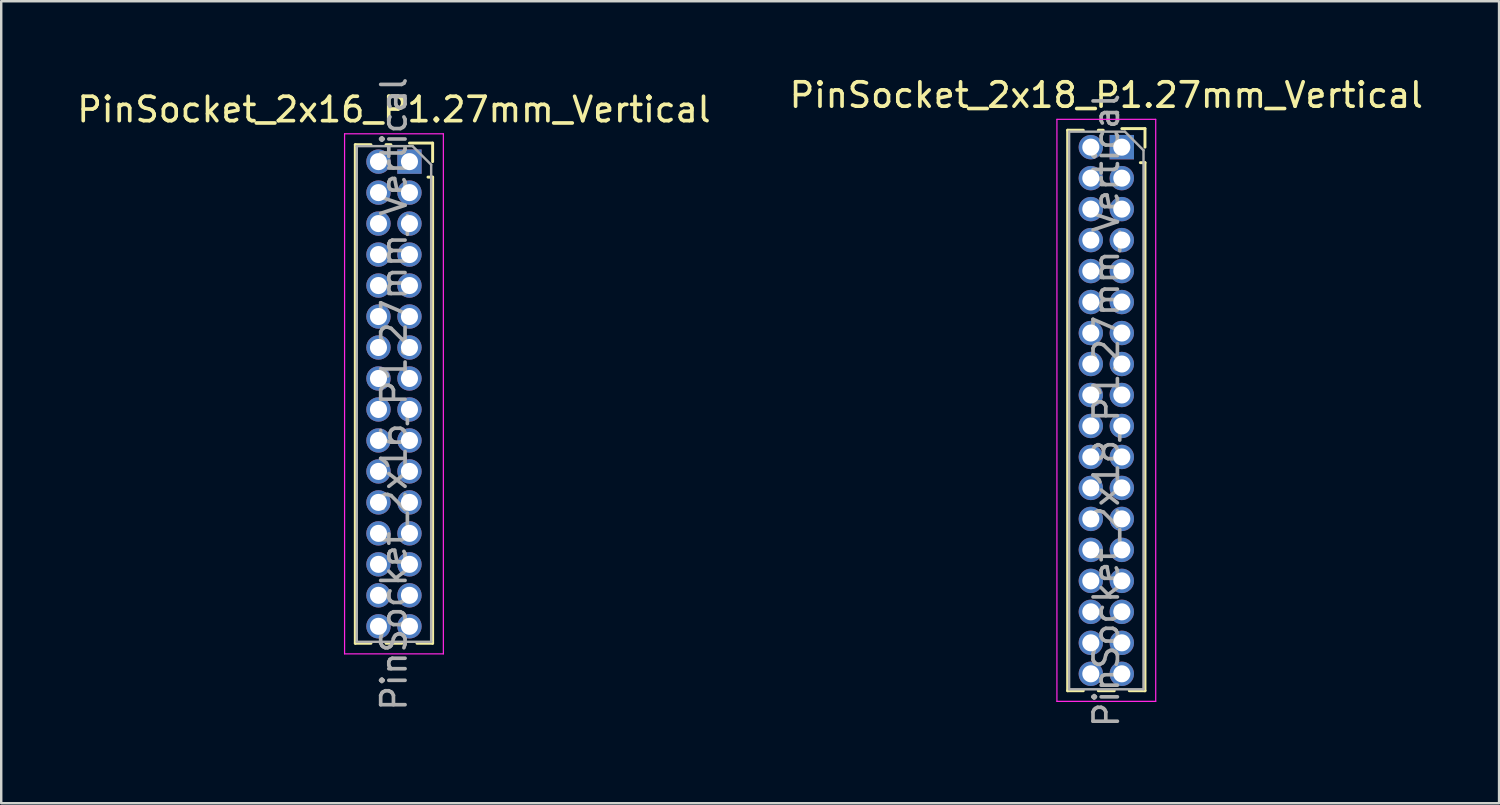
<source format=kicad_pcb>
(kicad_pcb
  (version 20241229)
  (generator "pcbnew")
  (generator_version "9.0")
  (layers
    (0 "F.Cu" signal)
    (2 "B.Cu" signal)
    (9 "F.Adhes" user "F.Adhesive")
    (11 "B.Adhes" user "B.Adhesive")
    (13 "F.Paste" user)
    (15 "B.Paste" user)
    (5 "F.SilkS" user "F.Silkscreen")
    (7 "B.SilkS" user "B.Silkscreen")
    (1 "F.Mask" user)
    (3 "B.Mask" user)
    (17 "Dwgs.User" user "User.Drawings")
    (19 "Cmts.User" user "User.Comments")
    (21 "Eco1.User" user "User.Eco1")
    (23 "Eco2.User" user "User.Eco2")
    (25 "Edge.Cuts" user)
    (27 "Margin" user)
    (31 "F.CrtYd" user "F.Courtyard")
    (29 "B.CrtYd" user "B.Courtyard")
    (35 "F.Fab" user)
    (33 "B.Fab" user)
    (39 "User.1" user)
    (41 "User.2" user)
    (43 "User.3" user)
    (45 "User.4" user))
  (footprint "PinSocket_2x18_P1.27mm_Vertical"
    (layer "F.Cu")
    (at 42.939 2.983)
    (property "Reference" "PinSocket_2x18_P1.27mm_Vertical" (at -0.635 -2.135 0) (layer "F.SilkS") (effects (font (size 1 1) (thickness 0.15))))
    (attr through_hole)
    (fp_line (start -2.22 -0.695) (end -2.22 22.285) (stroke (width 0.12) (type solid)) (layer "F.SilkS"))
    (fp_line (start -2.22 -0.695) (end -1.578 -0.695) (stroke (width 0.12) (type solid)) (layer "F.SilkS"))
    (fp_line (start -2.22 22.285) (end -1.578 22.285) (stroke (width 0.12) (type solid)) (layer "F.SilkS"))
    (fp_line (start -0.962 -0.695) (end -0.76 -0.695) (stroke (width 0.12) (type solid)) (layer "F.SilkS"))
    (fp_line (start -0.962 22.285) (end -0.308 22.285) (stroke (width 0.12) (type solid)) (layer "F.SilkS"))
    (fp_line (start 0 -0.76) (end 0.95 -0.76) (stroke (width 0.12) (type solid)) (layer "F.SilkS"))
    (fp_line (start 0.308 22.285) (end 0.95 22.285) (stroke (width 0.12) (type solid)) (layer "F.SilkS"))
    (fp_line (start 0.76 0.635) (end 0.95 0.635) (stroke (width 0.12) (type solid)) (layer "F.SilkS"))
    (fp_line (start 0.95 -0.76) (end 0.95 0) (stroke (width 0.12) (type solid)) (layer "F.SilkS"))
    (fp_line (start 0.95 0.635) (end 0.95 22.285) (stroke (width 0.12) (type solid)) (layer "F.SilkS"))
    (fp_line (start -2.66 -1.14) (end 1.39 -1.14) (stroke (width 0.05) (type solid)) (layer "F.CrtYd"))
    (fp_line (start -2.66 22.72) (end -2.66 -1.14) (stroke (width 0.05) (type solid)) (layer "F.CrtYd"))
    (fp_line (start 1.39 -1.14) (end 1.39 22.72) (stroke (width 0.05) (type solid)) (layer "F.CrtYd"))
    (fp_line (start 1.39 22.72) (end -2.66 22.72) (stroke (width 0.05) (type solid)) (layer "F.CrtYd"))
    (fp_line (start -2.16 -0.635) (end 0.128 -0.635) (stroke (width 0.1) (type solid)) (layer "F.Fab"))
    (fp_line (start -2.16 22.225) (end -2.16 -0.635) (stroke (width 0.1) (type solid)) (layer "F.Fab"))
    (fp_line (start 0.128 -0.635) (end 0.89 0.127) (stroke (width 0.1) (type solid)) (layer "F.Fab"))
    (fp_line (start 0.89 0.127) (end 0.89 22.225) (stroke (width 0.1) (type solid)) (layer "F.Fab"))
    (fp_line (start 0.89 22.225) (end -2.16 22.225) (stroke (width 0.1) (type solid)) (layer "F.Fab"))
    (fp_text user "${REFERENCE}" (at -0.635 10.795 90) (layer "F.Fab") (effects (font (size 1 1) (thickness 0.15))))
    (pad "1" thru_hole rect (at 0 0) (size 1 1) (drill 0.7) (layers "*.Cu" "*.Mask"))
    (pad "2" thru_hole circle (at -1.27 0) (size 1 1) (drill 0.7) (layers "*.Cu" "*.Mask"))
    (pad "3" thru_hole circle (at 0 1.27) (size 1 1) (drill 0.7) (layers "*.Cu" "*.Mask"))
    (pad "4" thru_hole circle (at -1.27 1.27) (size 1 1) (drill 0.7) (layers "*.Cu" "*.Mask"))
    (pad "5" thru_hole circle (at 0 2.54) (size 1 1) (drill 0.7) (layers "*.Cu" "*.Mask"))
    (pad "6" thru_hole circle (at -1.27 2.54) (size 1 1) (drill 0.7) (layers "*.Cu" "*.Mask"))
    (pad "7" thru_hole circle (at 0 3.81) (size 1 1) (drill 0.7) (layers "*.Cu" "*.Mask"))
    (pad "8" thru_hole circle (at -1.27 3.81) (size 1 1) (drill 0.7) (layers "*.Cu" "*.Mask"))
    (pad "9" thru_hole circle (at 0 5.08) (size 1 1) (drill 0.7) (layers "*.Cu" "*.Mask"))
    (pad "10" thru_hole circle (at -1.27 5.08) (size 1 1) (drill 0.7) (layers "*.Cu" "*.Mask"))
    (pad "11" thru_hole circle (at 0 6.35) (size 1 1) (drill 0.7) (layers "*.Cu" "*.Mask"))
    (pad "12" thru_hole circle (at -1.27 6.35) (size 1 1) (drill 0.7) (layers "*.Cu" "*.Mask"))
    (pad "13" thru_hole circle (at 0 7.62) (size 1 1) (drill 0.7) (layers "*.Cu" "*.Mask"))
    (pad "14" thru_hole circle (at -1.27 7.62) (size 1 1) (drill 0.7) (layers "*.Cu" "*.Mask"))
    (pad "15" thru_hole circle (at 0 8.89) (size 1 1) (drill 0.7) (layers "*.Cu" "*.Mask"))
    (pad "16" thru_hole circle (at -1.27 8.89) (size 1 1) (drill 0.7) (layers "*.Cu" "*.Mask"))
    (pad "17" thru_hole circle (at 0 10.16) (size 1 1) (drill 0.7) (layers "*.Cu" "*.Mask"))
    (pad "18" thru_hole circle (at -1.27 10.16) (size 1 1) (drill 0.7) (layers "*.Cu" "*.Mask"))
    (pad "19" thru_hole circle (at 0 11.43) (size 1 1) (drill 0.7) (layers "*.Cu" "*.Mask"))
    (pad "20" thru_hole circle (at -1.27 11.43) (size 1 1) (drill 0.7) (layers "*.Cu" "*.Mask"))
    (pad "21" thru_hole circle (at 0 12.7) (size 1 1) (drill 0.7) (layers "*.Cu" "*.Mask"))
    (pad "22" thru_hole circle (at -1.27 12.7) (size 1 1) (drill 0.7) (layers "*.Cu" "*.Mask"))
    (pad "23" thru_hole circle (at 0 13.97) (size 1 1) (drill 0.7) (layers "*.Cu" "*.Mask"))
    (pad "24" thru_hole circle (at -1.27 13.97) (size 1 1) (drill 0.7) (layers "*.Cu" "*.Mask"))
    (pad "25" thru_hole circle (at 0 15.24) (size 1 1) (drill 0.7) (layers "*.Cu" "*.Mask"))
    (pad "26" thru_hole circle (at -1.27 15.24) (size 1 1) (drill 0.7) (layers "*.Cu" "*.Mask"))
    (pad "27" thru_hole circle (at 0 16.51) (size 1 1) (drill 0.7) (layers "*.Cu" "*.Mask"))
    (pad "28" thru_hole circle (at -1.27 16.51) (size 1 1) (drill 0.7) (layers "*.Cu" "*.Mask"))
    (pad "29" thru_hole circle (at 0 17.78) (size 1 1) (drill 0.7) (layers "*.Cu" "*.Mask"))
    (pad "30" thru_hole circle (at -1.27 17.78) (size 1 1) (drill 0.7) (layers "*.Cu" "*.Mask"))
    (pad "31" thru_hole circle (at 0 19.05) (size 1 1) (drill 0.7) (layers "*.Cu" "*.Mask"))
    (pad "32" thru_hole circle (at -1.27 19.05) (size 1 1) (drill 0.7) (layers "*.Cu" "*.Mask"))
    (pad "33" thru_hole circle (at 0 20.32) (size 1 1) (drill 0.7) (layers "*.Cu" "*.Mask"))
    (pad "34" thru_hole circle (at -1.27 20.32) (size 1 1) (drill 0.7) (layers "*.Cu" "*.Mask"))
    (pad "35" thru_hole circle (at 0 21.59) (size 1 1) (drill 0.7) (layers "*.Cu" "*.Mask"))
    (pad "36" thru_hole circle (at -1.27 21.59) (size 1 1) (drill 0.7) (layers "*.Cu" "*.Mask")))
  (footprint "PinSocket_2x16_P1.27mm_Vertical"
    (layer "F.Cu")
    (at 13.736 3.576)
    (property "Reference" "PinSocket_2x16_P1.27mm_Vertical" (at -0.635 -2.135 0) (layer "F.SilkS") (effects (font (size 1 1) (thickness 0.15))))
    (attr through_hole)
    (fp_line (start -2.22 -0.695) (end -2.22 19.745) (stroke (width 0.12) (type solid)) (layer "F.SilkS"))
    (fp_line (start -2.22 -0.695) (end -1.578 -0.695) (stroke (width 0.12) (type solid)) (layer "F.SilkS"))
    (fp_line (start -2.22 19.745) (end -1.578 19.745) (stroke (width 0.12) (type solid)) (layer "F.SilkS"))
    (fp_line (start -0.962 -0.695) (end -0.76 -0.695) (stroke (width 0.12) (type solid)) (layer "F.SilkS"))
    (fp_line (start -0.962 19.745) (end -0.308 19.745) (stroke (width 0.12) (type solid)) (layer "F.SilkS"))
    (fp_line (start 0 -0.76) (end 0.95 -0.76) (stroke (width 0.12) (type solid)) (layer "F.SilkS"))
    (fp_line (start 0.308 19.745) (end 0.95 19.745) (stroke (width 0.12) (type solid)) (layer "F.SilkS"))
    (fp_line (start 0.76 0.635) (end 0.95 0.635) (stroke (width 0.12) (type solid)) (layer "F.SilkS"))
    (fp_line (start 0.95 -0.76) (end 0.95 0) (stroke (width 0.12) (type solid)) (layer "F.SilkS"))
    (fp_line (start 0.95 0.635) (end 0.95 19.745) (stroke (width 0.12) (type solid)) (layer "F.SilkS"))
    (fp_line (start -2.66 -1.14) (end 1.39 -1.14) (stroke (width 0.05) (type solid)) (layer "F.CrtYd"))
    (fp_line (start -2.66 20.18) (end -2.66 -1.14) (stroke (width 0.05) (type solid)) (layer "F.CrtYd"))
    (fp_line (start 1.39 -1.14) (end 1.39 20.18) (stroke (width 0.05) (type solid)) (layer "F.CrtYd"))
    (fp_line (start 1.39 20.18) (end -2.66 20.18) (stroke (width 0.05) (type solid)) (layer "F.CrtYd"))
    (fp_line (start -2.16 -0.635) (end 0.128 -0.635) (stroke (width 0.1) (type solid)) (layer "F.Fab"))
    (fp_line (start -2.16 19.685) (end -2.16 -0.635) (stroke (width 0.1) (type solid)) (layer "F.Fab"))
    (fp_line (start 0.128 -0.635) (end 0.89 0.127) (stroke (width 0.1) (type solid)) (layer "F.Fab"))
    (fp_line (start 0.89 0.127) (end 0.89 19.685) (stroke (width 0.1) (type solid)) (layer "F.Fab"))
    (fp_line (start 0.89 19.685) (end -2.16 19.685) (stroke (width 0.1) (type solid)) (layer "F.Fab"))
    (fp_text user "${REFERENCE}" (at -0.635 9.525 90) (layer "F.Fab") (effects (font (size 1 1) (thickness 0.15))))
    (pad "1" thru_hole rect (at 0 0) (size 1 1) (drill 0.7) (layers "*.Cu" "*.Mask"))
    (pad "2" thru_hole circle (at -1.27 0) (size 1 1) (drill 0.7) (layers "*.Cu" "*.Mask"))
    (pad "3" thru_hole circle (at 0 1.27) (size 1 1) (drill 0.7) (layers "*.Cu" "*.Mask"))
    (pad "4" thru_hole circle (at -1.27 1.27) (size 1 1) (drill 0.7) (layers "*.Cu" "*.Mask"))
    (pad "5" thru_hole circle (at 0 2.54) (size 1 1) (drill 0.7) (layers "*.Cu" "*.Mask"))
    (pad "6" thru_hole circle (at -1.27 2.54) (size 1 1) (drill 0.7) (layers "*.Cu" "*.Mask"))
    (pad "7" thru_hole circle (at 0 3.81) (size 1 1) (drill 0.7) (layers "*.Cu" "*.Mask"))
    (pad "8" thru_hole circle (at -1.27 3.81) (size 1 1) (drill 0.7) (layers "*.Cu" "*.Mask"))
    (pad "9" thru_hole circle (at 0 5.08) (size 1 1) (drill 0.7) (layers "*.Cu" "*.Mask"))
    (pad "10" thru_hole circle (at -1.27 5.08) (size 1 1) (drill 0.7) (layers "*.Cu" "*.Mask"))
    (pad "11" thru_hole circle (at 0 6.35) (size 1 1) (drill 0.7) (layers "*.Cu" "*.Mask"))
    (pad "12" thru_hole circle (at -1.27 6.35) (size 1 1) (drill 0.7) (layers "*.Cu" "*.Mask"))
    (pad "13" thru_hole circle (at 0 7.62) (size 1 1) (drill 0.7) (layers "*.Cu" "*.Mask"))
    (pad "14" thru_hole circle (at -1.27 7.62) (size 1 1) (drill 0.7) (layers "*.Cu" "*.Mask"))
    (pad "15" thru_hole circle (at 0 8.89) (size 1 1) (drill 0.7) (layers "*.Cu" "*.Mask"))
    (pad "16" thru_hole circle (at -1.27 8.89) (size 1 1) (drill 0.7) (layers "*.Cu" "*.Mask"))
    (pad "17" thru_hole circle (at 0 10.16) (size 1 1) (drill 0.7) (layers "*.Cu" "*.Mask"))
    (pad "18" thru_hole circle (at -1.27 10.16) (size 1 1) (drill 0.7) (layers "*.Cu" "*.Mask"))
    (pad "19" thru_hole circle (at 0 11.43) (size 1 1) (drill 0.7) (layers "*.Cu" "*.Mask"))
    (pad "20" thru_hole circle (at -1.27 11.43) (size 1 1) (drill 0.7) (layers "*.Cu" "*.Mask"))
    (pad "21" thru_hole circle (at 0 12.7) (size 1 1) (drill 0.7) (layers "*.Cu" "*.Mask"))
    (pad "22" thru_hole circle (at -1.27 12.7) (size 1 1) (drill 0.7) (layers "*.Cu" "*.Mask"))
    (pad "23" thru_hole circle (at 0 13.97) (size 1 1) (drill 0.7) (layers "*.Cu" "*.Mask"))
    (pad "24" thru_hole circle (at -1.27 13.97) (size 1 1) (drill 0.7) (layers "*.Cu" "*.Mask"))
    (pad "25" thru_hole circle (at 0 15.24) (size 1 1) (drill 0.7) (layers "*.Cu" "*.Mask"))
    (pad "26" thru_hole circle (at -1.27 15.24) (size 1 1) (drill 0.7) (layers "*.Cu" "*.Mask"))
    (pad "27" thru_hole circle (at 0 16.51) (size 1 1) (drill 0.7) (layers "*.Cu" "*.Mask"))
    (pad "28" thru_hole circle (at -1.27 16.51) (size 1 1) (drill 0.7) (layers "*.Cu" "*.Mask"))
    (pad "29" thru_hole circle (at 0 17.78) (size 1 1) (drill 0.7) (layers "*.Cu" "*.Mask"))
    (pad "30" thru_hole circle (at -1.27 17.78) (size 1 1) (drill 0.7) (layers "*.Cu" "*.Mask"))
    (pad "31" thru_hole circle (at 0 19.05) (size 1 1) (drill 0.7) (layers "*.Cu" "*.Mask"))
    (pad "32" thru_hole circle (at -1.27 19.05) (size 1 1) (drill 0.7) (layers "*.Cu" "*.Mask")))
  (gr_rect
    (start -3 -3)
    (end 58.405 29.879)
    (stroke (width 0.1) (type default))
    (fill no)
    (layer "Edge.Cuts")))
</source>
